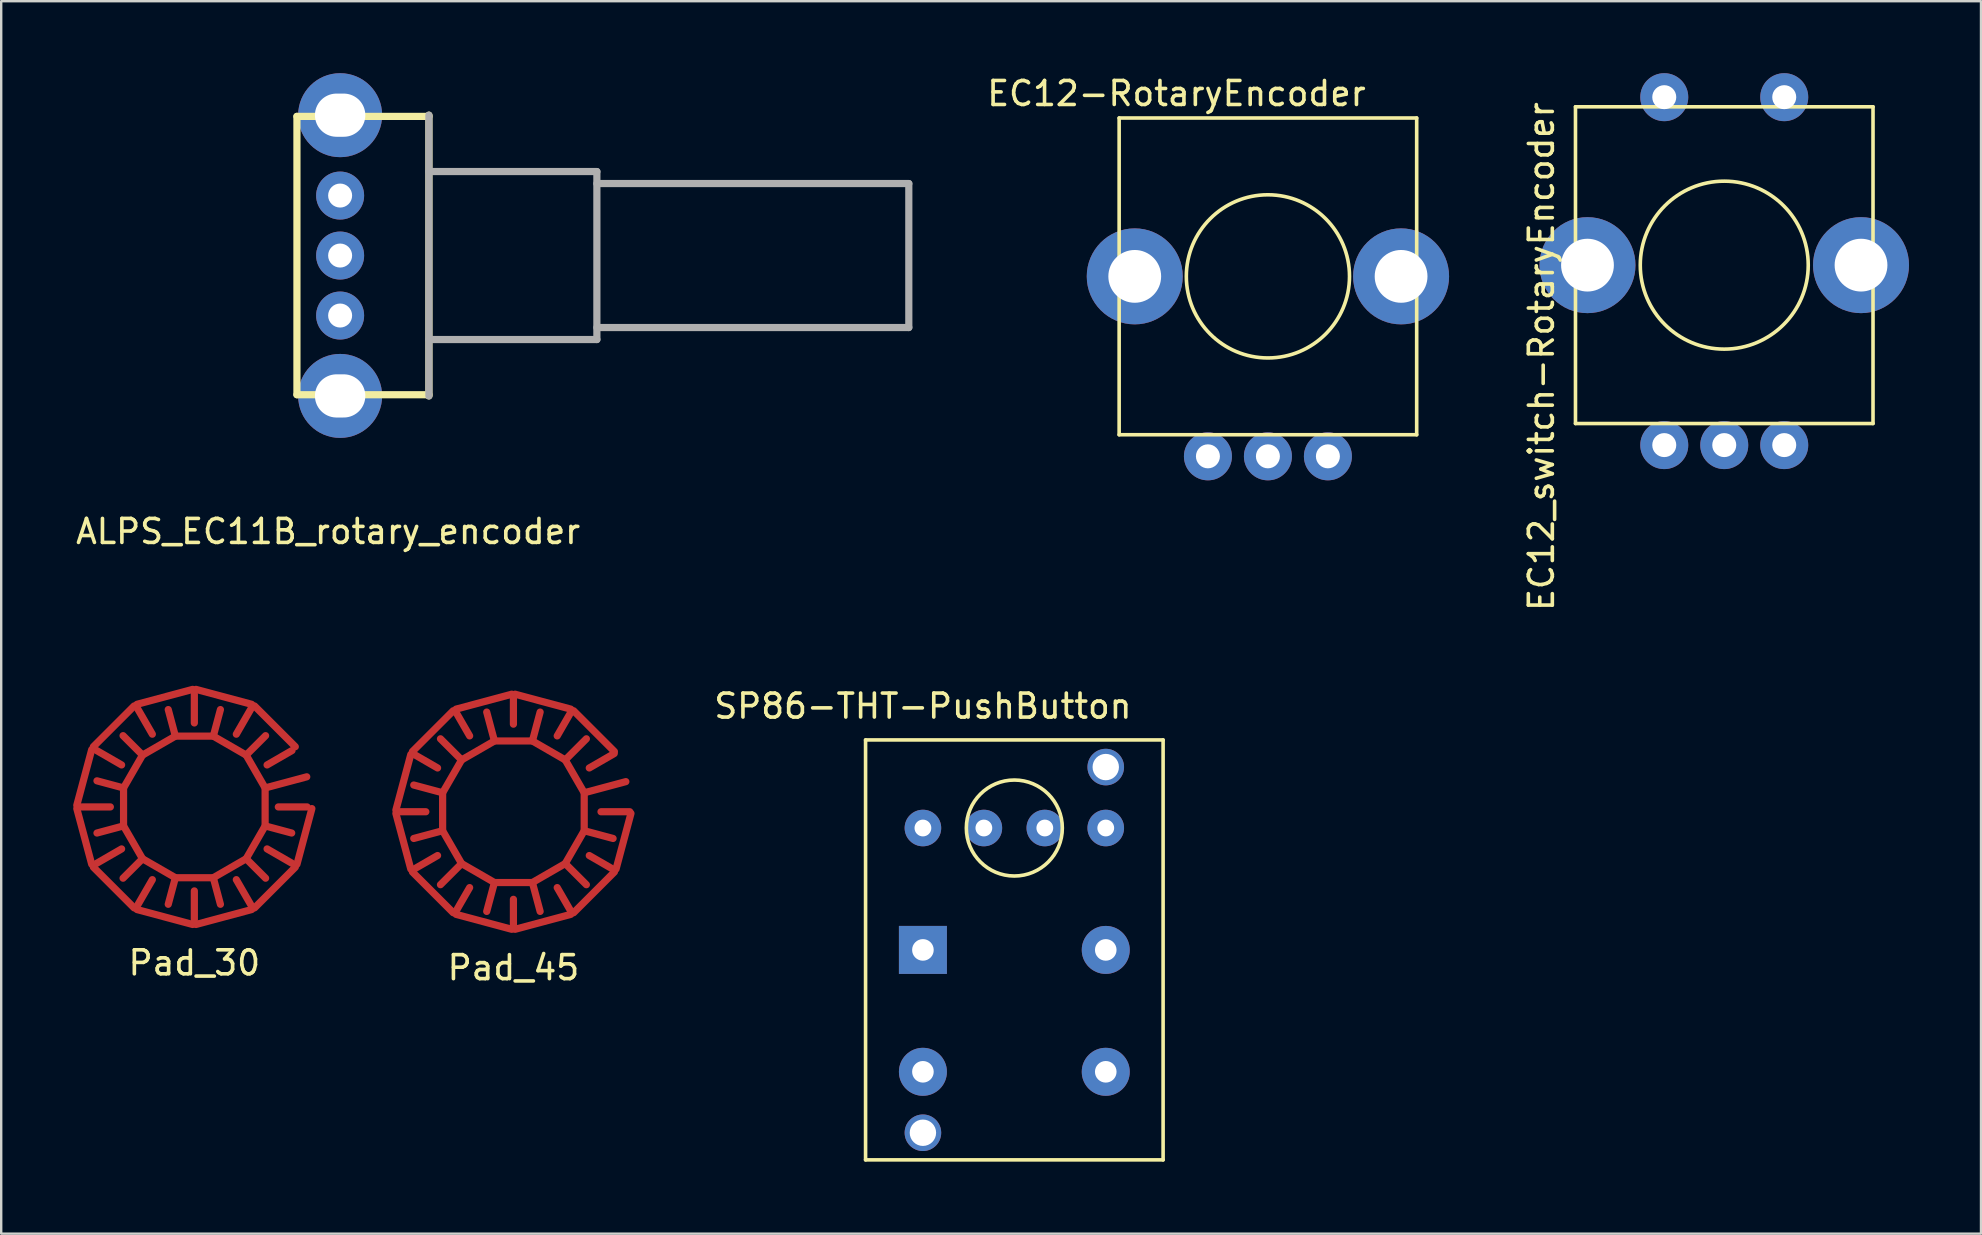
<source format=kicad_pcb>
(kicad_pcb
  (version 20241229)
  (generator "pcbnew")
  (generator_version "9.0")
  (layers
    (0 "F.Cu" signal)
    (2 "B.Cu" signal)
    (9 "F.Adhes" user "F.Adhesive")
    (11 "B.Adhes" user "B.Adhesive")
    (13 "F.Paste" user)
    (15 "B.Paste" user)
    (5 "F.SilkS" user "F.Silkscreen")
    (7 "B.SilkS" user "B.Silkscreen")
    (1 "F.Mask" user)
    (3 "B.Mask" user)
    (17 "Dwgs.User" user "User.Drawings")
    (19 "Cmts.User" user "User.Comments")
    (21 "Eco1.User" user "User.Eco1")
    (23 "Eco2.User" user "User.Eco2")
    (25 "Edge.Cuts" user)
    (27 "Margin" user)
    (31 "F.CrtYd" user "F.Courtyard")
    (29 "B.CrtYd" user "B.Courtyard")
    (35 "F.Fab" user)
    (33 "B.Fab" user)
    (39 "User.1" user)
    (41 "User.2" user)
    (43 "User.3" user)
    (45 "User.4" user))
  (footprint "EC12_switch-RotaryEncoder"
    (layer "F.Cu")
    (at 68.809 8)
    (property "Reference" "EC12_switch-RotaryEncoder" (at -7.62 3.81 90) (layer "F.SilkS") (effects (font (size 1 1) (thickness 0.15))))
    (attr through_hole)
    (fp_line (start -6.2 -6.6) (end -6.2 6.6) (stroke (width 0.15) (type solid)) (layer "F.SilkS"))
    (fp_line (start -6.2 -6.6) (end 6.2 -6.6) (stroke (width 0.15) (type solid)) (layer "F.SilkS"))
    (fp_line (start -6.2 6.6) (end 6.2 6.6) (stroke (width 0.15) (type solid)) (layer "F.SilkS"))
    (fp_line (start 6.2 -6.6) (end 6.2 6.6) (stroke (width 0.15) (type solid)) (layer "F.SilkS"))
    (fp_circle (center 0 0) (end 0 3.5) (stroke (width 0.15) (type solid)) (fill no) (layer "F.SilkS"))
    (pad "1" thru_hole circle (at -2.5 7.5) (size 2 2) (drill 1) (layers "*.Cu" "*.Mask"))
    (pad "2" thru_hole circle (at 0 7.5) (size 2 2) (drill 1) (layers "*.Cu" "*.Mask"))
    (pad "3" thru_hole circle (at 2.5 7.5) (size 2 2) (drill 1) (layers "*.Cu" "*.Mask"))
    (pad "4" thru_hole circle (at -2.5 -7) (size 2 2) (drill 1) (layers "*.Cu" "*.Mask"))
    (pad "5" thru_hole circle (at 2.5 -7) (size 2 2) (drill 1) (layers "*.Cu" "*.Mask"))
    (pad "6" thru_hole circle (at -5.7 0) (size 4 4) (drill 2.2) (layers "*.Cu" "*.Mask"))
    (pad "6" thru_hole circle (at 5.7 0) (size 4 4) (drill 2.2) (layers "*.Cu" "*.Mask")))
  (footprint "EC12-RotaryEncoder"
    (layer "F.Cu")
    (at 49.791 8.468)
    (property "Reference" "EC12-RotaryEncoder" (at -3.81 -7.62 0) (layer "F.SilkS") (effects (font (size 1 1) (thickness 0.15))))
    (attr through_hole)
    (fp_line (start -6.2 -6.6) (end -6.2 6.6) (stroke (width 0.15) (type solid)) (layer "F.SilkS"))
    (fp_line (start -6.2 -6.6) (end 6.2 -6.6) (stroke (width 0.15) (type solid)) (layer "F.SilkS"))
    (fp_line (start -6.2 6.6) (end 6.2 6.6) (stroke (width 0.15) (type solid)) (layer "F.SilkS"))
    (fp_line (start 6.2 -6.6) (end 6.2 6.6) (stroke (width 0.15) (type solid)) (layer "F.SilkS"))
    (fp_circle (center 0 0) (end 3.4 0) (stroke (width 0.15) (type solid)) (fill no) (layer "F.SilkS"))
    (pad "1" thru_hole circle (at -2.5 7.5) (size 2 2) (drill 1) (layers "*.Cu" "*.Mask"))
    (pad "2" thru_hole circle (at 0 7.5) (size 2 2) (drill 1) (layers "*.Cu" "*.Mask"))
    (pad "3" thru_hole circle (at 2.5 7.5) (size 2 2) (drill 1) (layers "*.Cu" "*.Mask"))
    (pad "4" thru_hole circle (at -5.55 0) (size 4 4) (drill 2.2) (layers "*.Cu" "*.Mask"))
    (pad "4" thru_hole circle (at 5.55 0) (size 4 4) (drill 2.2) (layers "*.Cu" "*.Mask")))
  (footprint "ALPS_EC11B_rotary_encoder"
    (layer "F.Cu")
    (at 11.125 7.6)
    (property "Reference" "ALPS_EC11B_rotary_encoder" (at -0.5 11.5 0) (layer "F.SilkS") (effects (font (size 1 1) (thickness 0.15))))
    (attr through_hole)
    (fp_line (start -1.8 -5.8) (end -1.8 5.8) (stroke (width 0.3) (type solid)) (layer "F.SilkS"))
    (fp_line (start -1.8 5.8) (end 3.7 5.8) (stroke (width 0.3) (type solid)) (layer "F.SilkS"))
    (fp_line (start 3.7 -5.85) (end 3.7 5.85) (stroke (width 0.3) (type solid)) (layer "F.SilkS"))
    (fp_line (start 3.7 -5.8) (end -1.8 -5.8) (stroke (width 0.3) (type solid)) (layer "F.SilkS"))
    (fp_line (start 3.7 -5.85) (end 3.7 5.85) (stroke (width 0.3) (type solid)) (layer "F.Fab"))
    (fp_line (start 3.7 -3.5) (end 10.7 -3.5) (stroke (width 0.3) (type solid)) (layer "F.Fab"))
    (fp_line (start 10.7 -3.5) (end 10.7 3.5) (stroke (width 0.3) (type solid)) (layer "F.Fab"))
    (fp_line (start 10.7 -3) (end 23.7 -3) (stroke (width 0.3) (type solid)) (layer "F.Fab"))
    (fp_line (start 10.7 3.5) (end 3.7 3.5) (stroke (width 0.3) (type solid)) (layer "F.Fab"))
    (fp_line (start 23.7 -3) (end 23.7 3) (stroke (width 0.3) (type solid)) (layer "F.Fab"))
    (fp_line (start 23.7 3) (end 10.7 3) (stroke (width 0.3) (type solid)) (layer "F.Fab"))
    (pad "1" thru_hole circle (at 0 -2.5) (size 2 2) (drill 1) (layers "*.Cu" "*.Mask"))
    (pad "2" thru_hole circle (at 0 0) (size 2 2) (drill 1) (layers "*.Cu" "*.Mask"))
    (pad "3" thru_hole circle (at 0 2.5) (size 2 2) (drill 1) (layers "*.Cu" "*.Mask"))
    (pad "4" thru_hole circle (at 0 -5.85) (size 3.5 3.5) (drill oval 2.1 1.8) (layers "*.Cu" "*.Mask"))
    (pad "4" thru_hole circle (at 0 5.85) (size 3.5 3.5) (drill oval 2.1 1.8) (layers "*.Cu" "*.Mask")))
  (footprint "Pad_45"
    (layer "F.Cu")
    (at 18.347 30.78)
    (property "Reference" "Pad_45" (at 0 6.5 0) (layer "F.SilkS") (effects (font (size 1 1) (thickness 0.15))))
    (attr through_hole)
    (fp_line (start 2.772 -1.148) (end 4.619 -1.913) (stroke (width 0.3) (type solid)) (layer "F.Mask"))
    (fp_line (start 3 0) (end 5 0) (stroke (width 0.3) (type solid)) (layer "F.Mask"))
    (fp_arc (start 3 0) (mid -2.942356 0.585271) (end 2.771639 -1.14805) (stroke (width 0.3) (type solid)) (layer "F.Mask"))
    (fp_arc (start 3.3 0) (mid -3.236591 0.643798) (end 3.048802 -1.262855) (stroke (width 0.3) (type solid)) (layer "F.Mask"))
    (fp_arc (start 3.6 0) (mid -3.530827 0.702325) (end 3.325966 -1.37766) (stroke (width 0.3) (type solid)) (layer "F.Mask"))
    (fp_arc (start 3.9 0) (mid -3.825063 0.760852) (end 3.60313 -1.492465) (stroke (width 0.3) (type solid)) (layer "F.Mask"))
    (fp_arc (start 4.2 0) (mid -4.119298 0.819379) (end 3.880294 -1.60727) (stroke (width 0.3) (type solid)) (layer "F.Mask"))
    (fp_arc (start 4.5 0) (mid -4.413534 0.877906) (end 4.157458 -1.722075) (stroke (width 0.3) (type solid)) (layer "F.Mask"))
    (fp_arc (start 4.8 0) (mid -4.707769 0.936433) (end 4.434622 -1.83688) (stroke (width 0.3) (type solid)) (layer "F.Mask"))
    (fp_arc (start 5.1 0) (mid -5.002005 0.994961) (end 4.711786 -1.951686) (stroke (width 0.3) (type solid)) (layer "F.Mask"))
    (fp_line (start -2 -2) (end -2 2) (stroke (width 0.1) (type solid)) (layer "Eco1.User"))
    (fp_line (start -2 2) (end 2 2) (stroke (width 0.1) (type solid)) (layer "Eco1.User"))
    (fp_line (start 2 -2) (end -2 -2) (stroke (width 0.1) (type solid)) (layer "Eco1.User"))
    (fp_line (start 2 2) (end 2 -2) (stroke (width 0.1) (type solid)) (layer "Eco1.User"))
    (pad "1" connect oval (at -3.574 -0.958 165) (size 1.5 0.3) (layers "F.Cu" "F.Mask"))
    (pad "1" connect oval (at -3.574 0.958 195) (size 1.5 0.3) (layers "F.Cu" "F.Mask"))
    (pad "1" connect oval (at -2.95 0 180) (size 0.3 1.8) (layers "F.Cu" "F.Mask"))
    (pad "1" connect oval (at -2.616 2.616 225) (size 1.5 0.3) (layers "F.Cu" "F.Mask"))
    (pad "1" connect oval (at -2.616 -2.616 135) (size 1.5 0.3) (layers "F.Cu" "F.Mask"))
    (pad "1" connect oval (at -2.555 -1.475 150) (size 0.3 1.8) (layers "F.Cu" "F.Mask"))
    (pad "1" connect oval (at -2.555 1.475 210) (size 0.3 1.8) (layers "F.Cu" "F.Mask"))
    (pad "1" connect oval (at -1.475 -2.555 120) (size 0.3 1.8) (layers "F.Cu" "F.Mask"))
    (pad "1" connect oval (at -1.475 2.555 240) (size 0.3 1.8) (layers "F.Cu" "F.Mask"))
    (pad "1" connect oval (at -0.958 3.574 255) (size 1.5 0.3) (layers "F.Cu" "F.Mask"))
    (pad "1" connect oval (at -0.958 -3.574 105) (size 1.5 0.3) (layers "F.Cu" "F.Mask"))
    (pad "1" connect oval (at 0 -2.95 90) (size 0.3 1.8) (layers "F.Cu" "F.Mask"))
    (pad "1" connect oval (at 0 2.95 270) (size 0.3 1.8) (layers "F.Cu" "F.Mask"))
    (pad "1" connect oval (at 0.958 3.574 285) (size 1.5 0.3) (layers "F.Cu" "F.Mask"))
    (pad "1" connect oval (at 0.958 -3.574 75) (size 1.5 0.3) (layers "F.Cu" "F.Mask"))
    (pad "1" connect oval (at 1.475 -2.555 60) (size 0.3 1.8) (layers "F.Cu" "F.Mask"))
    (pad "1" connect oval (at 1.475 2.555 300) (size 0.3 1.8) (layers "F.Cu" "F.Mask"))
    (pad "1" connect oval (at 2.555 -1.475 30) (size 0.3 1.8) (layers "F.Cu" "F.Mask"))
    (pad "1" connect oval (at 2.555 1.475 330) (size 0.3 1.8) (layers "F.Cu" "F.Mask"))
    (pad "1" connect oval (at 2.616 2.616 315) (size 1.5 0.3) (layers "F.Cu" "F.Mask"))
    (pad "1" connect oval (at 2.616 -2.616 45) (size 1.5 0.3) (layers "F.Cu" "F.Mask"))
    (pad "1" connect oval (at 2.95 0) (size 0.3 1.8) (layers "F.Cu" "F.Mask"))
    (pad "1" connect oval (at 3.574 0.958 345) (size 1.5 0.3) (layers "F.Cu" "F.Mask"))
    (pad "1" connect oval (at 3.864 -1.035 15) (size 2 0.3) (layers "F.Cu" "F.Mask"))
    (pad "2" connect oval (at -4.588 -1.229 165) (size 0.3 2.7) (layers "F.Cu" "F.Mask"))
    (pad "2" connect oval (at -4.588 1.229 195) (size 0.3 2.7) (layers "F.Cu" "F.Mask"))
    (pad "2" connect oval (at -4.25 0 180) (size 1.5 0.3) (layers "F.Cu" "F.Mask"))
    (pad "2" connect oval (at -3.681 -2.125 150) (size 1.5 0.3) (layers "F.Cu" "F.Mask"))
    (pad "2" connect oval (at -3.681 2.125 210) (size 1.5 0.3) (layers "F.Cu" "F.Mask"))
    (pad "2" connect oval (at -3.359 3.359 225) (size 0.3 2.7) (layers "F.Cu" "F.Mask"))
    (pad "2" connect oval (at -3.359 -3.359 135) (size 0.3 2.7) (layers "F.Cu" "F.Mask"))
    (pad "2" connect oval (at -2.125 -3.681 120) (size 1.5 0.3) (layers "F.Cu" "F.Mask"))
    (pad "2" connect oval (at -2.125 3.681 240) (size 1.5 0.3) (layers "F.Cu" "F.Mask"))
    (pad "2" connect oval (at -1.229 4.588 255) (size 0.3 2.7) (layers "F.Cu" "F.Mask"))
    (pad "2" connect oval (at -1.229 -4.588 105) (size 0.3 2.7) (layers "F.Cu" "F.Mask"))
    (pad "2" connect oval (at 0 -4.25 90) (size 1.5 0.3) (layers "F.Cu" "F.Mask"))
    (pad "2" connect oval (at 0 4.25 270) (size 1.5 0.3) (layers "F.Cu" "F.Mask"))
    (pad "2" connect oval (at 1.229 4.588 285) (size 0.3 2.7) (layers "F.Cu" "F.Mask"))
    (pad "2" connect oval (at 1.229 -4.588 75) (size 0.3 2.7) (layers "F.Cu" "F.Mask"))
    (pad "2" connect oval (at 2.125 -3.681 60) (size 1.5 0.3) (layers "F.Cu" "F.Mask"))
    (pad "2" connect oval (at 2.125 3.681 300) (size 1.5 0.3) (layers "F.Cu" "F.Mask"))
    (pad "2" connect oval (at 3.359 3.359 315) (size 0.3 2.7) (layers "F.Cu" "F.Mask"))
    (pad "2" connect oval (at 3.359 -3.359 45) (size 0.3 2.7) (layers "F.Cu" "F.Mask"))
    (pad "2" connect oval (at 3.681 -2.125 30) (size 1.5 0.3) (layers "F.Cu" "F.Mask"))
    (pad "2" connect oval (at 3.681 2.125 330) (size 1.5 0.3) (layers "F.Cu" "F.Mask"))
    (pad "2" connect oval (at 4.25 0) (size 1.5 0.3) (layers "F.Cu" "F.Mask"))
    (pad "2" connect oval (at 4.588 1.229 345) (size 0.3 2.7) (layers "F.Cu" "F.Mask")))
  (footprint "SP86-THT-PushButton"
    (layer "F.Cu")
    (at 39.223 36.538)
    (property "Reference" "SP86-THT-PushButton" (at -3.81 -10.16 0) (layer "F.SilkS") (effects (font (size 1 1) (thickness 0.15))))
    (attr through_hole)
    (fp_line (start -6.2 -8.75) (end -6.2 8.75) (stroke (width 0.15) (type solid)) (layer "F.SilkS"))
    (fp_line (start -6.2 -8.75) (end 6.2 -8.75) (stroke (width 0.15) (type solid)) (layer "F.SilkS"))
    (fp_line (start -6.2 8.75) (end 6.2 8.75) (stroke (width 0.15) (type solid)) (layer "F.SilkS"))
    (fp_line (start 6.2 -8.75) (end 6.2 8.75) (stroke (width 0.15) (type solid)) (layer "F.SilkS"))
    (fp_circle (center 0 -5.08) (end 0 -7.08) (stroke (width 0.15) (type solid)) (fill no) (layer "F.SilkS"))
    (pad "0" thru_hole circle (at -3.81 7.62) (size 1.524 1.524) (drill 1.1) (layers "*.Cu" "*.Mask"))
    (pad "0" thru_hole circle (at 3.81 -7.62) (size 1.524 1.524) (drill 1.1) (layers "*.Cu" "*.Mask"))
    (pad "1" thru_hole rect (at -3.81 0) (size 2 2) (drill 0.9) (layers "*.Cu" "*.Mask"))
    (pad "1" thru_hole circle (at 3.81 0) (size 2 2) (drill 0.9) (layers "*.Cu" "*.Mask"))
    (pad "2" thru_hole circle (at 3.81 5.08) (size 2 2) (drill 0.9) (layers "*.Cu" "*.Mask"))
    (pad "3" thru_hole circle (at -3.81 5.08) (size 2 2) (drill 0.9) (layers "*.Cu" "*.Mask"))
    (pad "4" thru_hole circle (at 3.81 -5.08) (size 1.524 1.524) (drill 0.7) (layers "*.Cu" "*.Mask"))
    (pad "5" thru_hole circle (at 1.27 -5.08) (size 1.524 1.524) (drill 0.7) (layers "*.Cu" "*.Mask"))
    (pad "6" thru_hole circle (at -1.27 -5.08) (size 1.524 1.524) (drill 0.7) (layers "*.Cu" "*.Mask"))
    (pad "7" thru_hole circle (at -3.81 -5.08) (size 1.524 1.524) (drill 0.7) (layers "*.Cu" "*.Mask")))
  (footprint "Pad_30"
    (layer "F.Cu")
    (at 5.049 30.579)
    (property "Reference" "Pad_30" (at 0 6.5 0) (layer "F.SilkS") (effects (font (size 1 1) (thickness 0.15))))
    (attr through_hole)
    (fp_circle (center 0 0) (end 3.25 0) (stroke (width 0.3) (type solid)) (fill no) (layer "F.Mask"))
    (fp_circle (center 0 0) (end 3.5 0) (stroke (width 0.3) (type solid)) (fill no) (layer "F.Mask"))
    (fp_circle (center 0 0) (end 3.75 0.25) (stroke (width 0.3) (type solid)) (fill no) (layer "F.Mask"))
    (fp_circle (center 0 0) (end 4 0) (stroke (width 0.3) (type solid)) (fill no) (layer "F.Mask"))
    (fp_circle (center 0 0) (end 4.25 0) (stroke (width 0.3) (type solid)) (fill no) (layer "F.Mask"))
    (fp_circle (center 0 0) (end 4.5 0) (stroke (width 0.3) (type solid)) (fill no) (layer "F.Mask"))
    (fp_circle (center 0 0) (end 4.75 0) (stroke (width 0.3) (type solid)) (fill no) (layer "F.Mask"))
    (fp_line (start -2 -2) (end -2 2) (stroke (width 0.1) (type solid)) (layer "Eco1.User"))
    (fp_line (start -2 2) (end 2 2) (stroke (width 0.1) (type solid)) (layer "Eco1.User"))
    (fp_line (start 2 -2) (end -2 -2) (stroke (width 0.1) (type solid)) (layer "Eco1.User"))
    (fp_line (start 2 2) (end 2 -2) (stroke (width 0.1) (type solid)) (layer "Eco1.User"))
    (pad "1" connect oval (at -3.526 -0.945 165) (size 1.4 0.3) (layers "F.Cu" "F.Mask"))
    (pad "1" connect oval (at -3.526 0.945 195) (size 1.4 0.3) (layers "F.Cu" "F.Mask"))
    (pad "1" connect oval (at -2.95 0 180) (size 0.3 1.8) (layers "F.Cu" "F.Mask"))
    (pad "1" connect oval (at -2.581 2.581 225) (size 1.4 0.3) (layers "F.Cu" "F.Mask"))
    (pad "1" connect oval (at -2.581 -2.581 135) (size 1.4 0.3) (layers "F.Cu" "F.Mask"))
    (pad "1" connect oval (at -2.555 -1.475 150) (size 0.3 1.8) (layers "F.Cu" "F.Mask"))
    (pad "1" connect oval (at -2.555 1.475 210) (size 0.3 1.8) (layers "F.Cu" "F.Mask"))
    (pad "1" connect oval (at -1.475 -2.555 120) (size 0.3 1.8) (layers "F.Cu" "F.Mask"))
    (pad "1" connect oval (at -1.475 2.555 240) (size 0.3 1.8) (layers "F.Cu" "F.Mask"))
    (pad "1" connect oval (at -0.945 3.526 255) (size 1.4 0.3) (layers "F.Cu" "F.Mask"))
    (pad "1" connect oval (at -0.945 -3.526 105) (size 1.4 0.3) (layers "F.Cu" "F.Mask"))
    (pad "1" connect oval (at 0 -2.95 90) (size 0.3 1.8) (layers "F.Cu" "F.Mask"))
    (pad "1" connect oval (at 0 2.95 270) (size 0.3 1.8) (layers "F.Cu" "F.Mask"))
    (pad "1" connect oval (at 0.945 3.526 285) (size 1.4 0.3) (layers "F.Cu" "F.Mask"))
    (pad "1" connect oval (at 0.945 -3.526 75) (size 1.4 0.3) (layers "F.Cu" "F.Mask"))
    (pad "1" connect oval (at 1.475 -2.555 60) (size 0.3 1.8) (layers "F.Cu" "F.Mask"))
    (pad "1" connect oval (at 1.475 2.555 300) (size 0.3 1.8) (layers "F.Cu" "F.Mask"))
    (pad "1" connect oval (at 2.555 -1.475 30) (size 0.3 1.8) (layers "F.Cu" "F.Mask"))
    (pad "1" connect oval (at 2.555 1.475 330) (size 0.3 1.8) (layers "F.Cu" "F.Mask"))
    (pad "1" connect oval (at 2.581 2.581 315) (size 1.4 0.3) (layers "F.Cu" "F.Mask"))
    (pad "1" connect oval (at 2.581 -2.581 45) (size 1.4 0.3) (layers "F.Cu" "F.Mask"))
    (pad "1" connect oval (at 2.95 0) (size 0.3 1.8) (layers "F.Cu" "F.Mask"))
    (pad "1" connect oval (at 3.526 0.945 345) (size 1.4 0.3) (layers "F.Cu" "F.Mask"))
    (pad "1" connect oval (at 3.864 -1.035 15) (size 2 0.3) (layers "F.Cu" "F.Mask"))
    (pad "2" connect oval (at -4.588 -1.229 165) (size 0.3 2.7) (layers "F.Cu" "F.Mask"))
    (pad "2" connect oval (at -4.588 1.229 195) (size 0.3 2.7) (layers "F.Cu" "F.Mask"))
    (pad "2" connect oval (at -4.1 0 180) (size 1.5 0.3) (layers "F.Cu" "F.Mask"))
    (pad "2" connect oval (at -3.551 -2.05 150) (size 1.5 0.3) (layers "F.Cu" "F.Mask"))
    (pad "2" connect oval (at -3.551 2.05 210) (size 1.5 0.3) (layers "F.Cu" "F.Mask"))
    (pad "2" connect oval (at -3.359 3.359 225) (size 0.3 2.7) (layers "F.Cu" "F.Mask"))
    (pad "2" connect oval (at -3.359 -3.359 135) (size 0.3 2.7) (layers "F.Cu" "F.Mask"))
    (pad "2" connect oval (at -2.05 -3.551 120) (size 1.5 0.3) (layers "F.Cu" "F.Mask"))
    (pad "2" connect oval (at -2.05 3.551 240) (size 1.5 0.3) (layers "F.Cu" "F.Mask"))
    (pad "2" connect oval (at -1.229 4.588 255) (size 0.3 2.7) (layers "F.Cu" "F.Mask"))
    (pad "2" connect oval (at -1.229 -4.588 105) (size 0.3 2.7) (layers "F.Cu" "F.Mask"))
    (pad "2" connect oval (at 0 -4.1 90) (size 1.5 0.3) (layers "F.Cu" "F.Mask"))
    (pad "2" connect oval (at 0 4.1 270) (size 1.5 0.3) (layers "F.Cu" "F.Mask"))
    (pad "2" connect oval (at 1.229 4.588 285) (size 0.3 2.7) (layers "F.Cu" "F.Mask"))
    (pad "2" connect oval (at 1.229 -4.588 75) (size 0.3 2.7) (layers "F.Cu" "F.Mask"))
    (pad "2" connect oval (at 2.05 -3.551 60) (size 1.5 0.3) (layers "F.Cu" "F.Mask"))
    (pad "2" connect oval (at 2.05 3.551 300) (size 1.5 0.3) (layers "F.Cu" "F.Mask"))
    (pad "2" connect oval (at 3.359 3.359 315) (size 0.3 2.7) (layers "F.Cu" "F.Mask"))
    (pad "2" connect oval (at 3.359 -3.359 45) (size 0.3 2.7) (layers "F.Cu" "F.Mask"))
    (pad "2" connect oval (at 3.551 -2.05 30) (size 1.5 0.3) (layers "F.Cu" "F.Mask"))
    (pad "2" connect oval (at 3.551 2.05 330) (size 1.5 0.3) (layers "F.Cu" "F.Mask"))
    (pad "2" connect oval (at 4.1 0) (size 1.5 0.3) (layers "F.Cu" "F.Mask"))
    (pad "2" connect oval (at 4.588 1.229 345) (size 0.3 2.7) (layers "F.Cu" "F.Mask")))
  (gr_rect
    (start -3 -3)
    (end 79.509 48.363)
    (stroke (width 0.1) (type default))
    (fill no)
    (layer "Edge.Cuts")))
</source>
